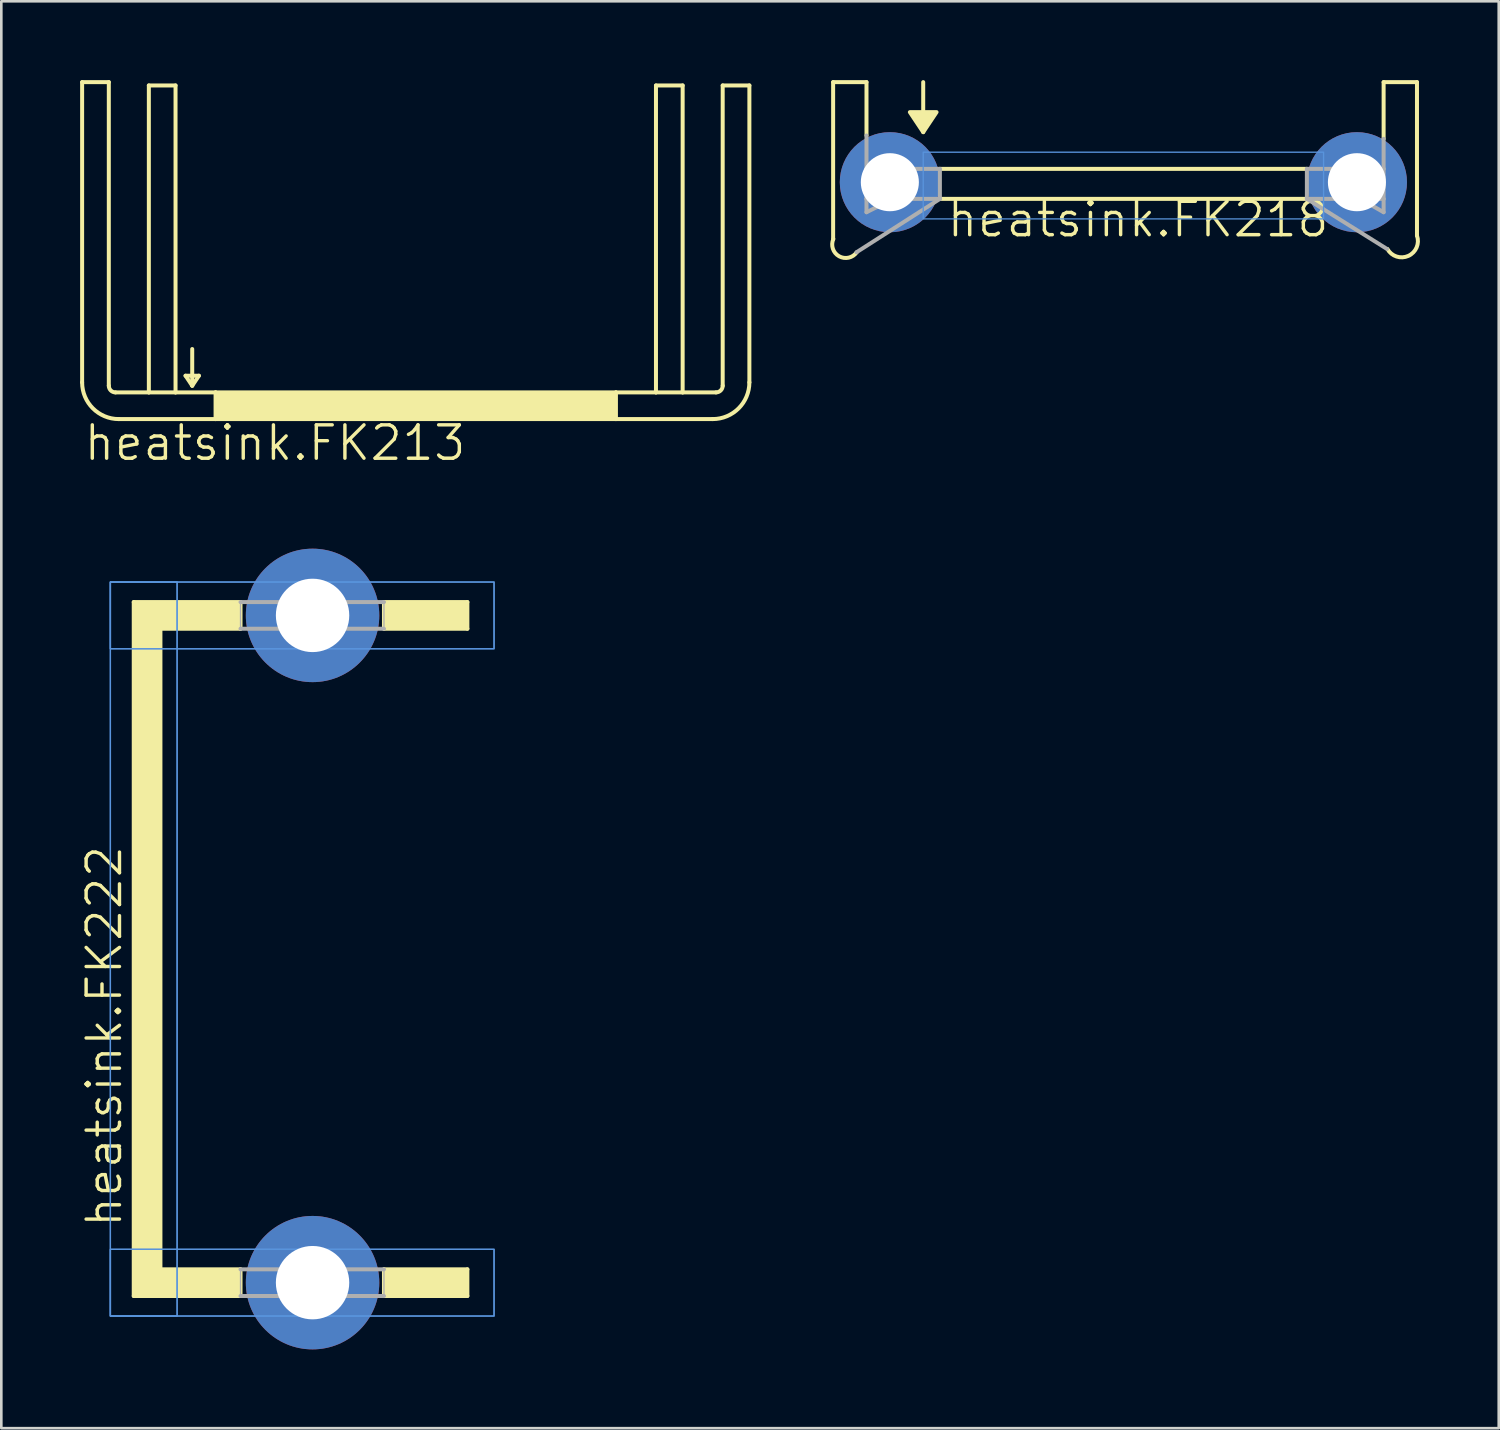
<source format=kicad_pcb>
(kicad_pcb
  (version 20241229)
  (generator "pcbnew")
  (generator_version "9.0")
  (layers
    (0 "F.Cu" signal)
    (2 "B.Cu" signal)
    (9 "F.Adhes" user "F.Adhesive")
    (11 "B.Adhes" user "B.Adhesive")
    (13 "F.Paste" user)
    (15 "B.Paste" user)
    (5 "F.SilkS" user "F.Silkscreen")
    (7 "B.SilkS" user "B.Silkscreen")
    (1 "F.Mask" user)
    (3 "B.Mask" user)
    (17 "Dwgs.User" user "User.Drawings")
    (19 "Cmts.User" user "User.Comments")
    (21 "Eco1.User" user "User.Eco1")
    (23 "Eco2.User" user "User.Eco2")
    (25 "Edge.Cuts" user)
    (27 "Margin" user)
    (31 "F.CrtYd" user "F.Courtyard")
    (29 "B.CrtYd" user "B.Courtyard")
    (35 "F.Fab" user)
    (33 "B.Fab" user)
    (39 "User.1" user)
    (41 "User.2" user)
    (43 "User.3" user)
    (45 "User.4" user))
  (footprint "heatsink.FK222"
    (layer "F.Cu")
    (at 3.057 33.076)
    (property "Reference" "heatsink.FK222" (at -1.397 10.668 90) (layer "F.SilkS") (effects (font (size 1.27 1.27) (thickness 0.13)) (justify left bottom)))
    (attr through_hole)
    (fp_line (start -1.016 -13.208) (end -1.016 13.208) (stroke (width 0.152) (type default)) (layer "F.SilkS"))
    (fp_line (start -1.016 -13.208) (end 3.048 -13.208) (stroke (width 0.152) (type default)) (layer "F.SilkS"))
    (fp_line (start -1.016 13.208) (end 3.048 13.208) (stroke (width 0.152) (type default)) (layer "F.SilkS"))
    (fp_line (start 0 -12.192) (end 0 12.192) (stroke (width 0.152) (type default)) (layer "F.SilkS"))
    (fp_line (start 3.048 -12.192) (end 0 -12.192) (stroke (width 0.152) (type default)) (layer "F.SilkS"))
    (fp_line (start 3.048 -12.192) (end 3.048 -13.208) (stroke (width 0.152) (type default)) (layer "F.SilkS"))
    (fp_line (start 3.048 12.192) (end 0 12.192) (stroke (width 0.152) (type default)) (layer "F.SilkS"))
    (fp_line (start 3.048 13.208) (end 3.048 12.192) (stroke (width 0.152) (type default)) (layer "F.SilkS"))
    (fp_line (start 8.509 -13.208) (end 11.684 -13.208) (stroke (width 0.152) (type default)) (layer "F.SilkS"))
    (fp_line (start 8.509 -12.192) (end 8.509 -13.208) (stroke (width 0.152) (type default)) (layer "F.SilkS"))
    (fp_line (start 8.509 13.208) (end 8.509 12.192) (stroke (width 0.152) (type default)) (layer "F.SilkS"))
    (fp_line (start 8.509 13.208) (end 11.684 13.208) (stroke (width 0.152) (type default)) (layer "F.SilkS"))
    (fp_line (start 11.684 -13.208) (end 11.684 -12.192) (stroke (width 0.152) (type default)) (layer "F.SilkS"))
    (fp_line (start 11.684 -12.192) (end 8.509 -12.192) (stroke (width 0.152) (type default)) (layer "F.SilkS"))
    (fp_line (start 11.684 12.192) (end 8.509 12.192) (stroke (width 0.152) (type default)) (layer "F.SilkS"))
    (fp_line (start 11.684 13.208) (end 11.684 12.192) (stroke (width 0.152) (type default)) (layer "F.SilkS"))
    (fp_rect (start -1.016 -12.192) (end 3.048 -13.208) (stroke (width 0.05) (type default)) (fill yes) (layer "F.SilkS"))
    (fp_rect (start -1.016 12.192) (end 0 -12.192) (stroke (width 0.05) (type default)) (fill yes) (layer "F.SilkS"))
    (fp_rect (start -1.016 13.208) (end 3.048 12.192) (stroke (width 0.05) (type default)) (fill yes) (layer "F.SilkS"))
    (fp_rect (start 8.509 -12.192) (end 11.684 -13.208) (stroke (width 0.05) (type default)) (fill yes) (layer "F.SilkS"))
    (fp_rect (start 8.509 13.208) (end 11.684 12.192) (stroke (width 0.05) (type default)) (fill yes) (layer "F.SilkS"))
    (fp_rect (start -1.905 -11.43) (end 12.7 -13.97) (stroke (width 0.05) (type default)) (fill no) (layer "Cmts.User"))
    (fp_rect (start -1.905 -11.43) (end 12.7 -13.97) (stroke (width 0.05) (type default)) (fill no) (layer "Cmts.User"))
    (fp_rect (start -1.905 13.97) (end 0.635 -13.97) (stroke (width 0.05) (type default)) (fill no) (layer "Cmts.User"))
    (fp_rect (start -1.905 13.97) (end 0.635 -13.97) (stroke (width 0.05) (type default)) (fill no) (layer "Cmts.User"))
    (fp_rect (start -1.905 13.97) (end 12.7 11.43) (stroke (width 0.05) (type default)) (fill no) (layer "Cmts.User"))
    (fp_rect (start -1.905 13.97) (end 12.7 11.43) (stroke (width 0.05) (type default)) (fill no) (layer "Cmts.User"))
    (fp_line (start 3.048 -13.208) (end 8.509 -13.208) (stroke (width 0.152) (type default)) (layer "F.Fab"))
    (fp_line (start 3.048 13.208) (end 8.509 13.208) (stroke (width 0.152) (type default)) (layer "F.Fab"))
    (fp_line (start 8.509 -12.192) (end 3.048 -12.192) (stroke (width 0.152) (type default)) (layer "F.Fab"))
    (fp_line (start 8.509 12.192) (end 3.048 12.192) (stroke (width 0.152) (type default)) (layer "F.Fab"))
    (fp_rect (start 3.048 -12.192) (end 8.509 -13.208) (stroke (width 0.05) (type default)) (fill no) (layer "F.Fab"))
    (fp_rect (start 3.048 13.208) (end 8.509 12.192) (stroke (width 0.05) (type default)) (fill no) (layer "F.Fab"))
    (pad "A2,8" thru_hole circle (at 5.791 12.7) (size 5.08 5.08) (drill 2.794) (layers "*.Cu" "*.Mask"))
    (pad "B2,8" thru_hole circle (at 5.791 -12.7) (size 5.08 5.08) (drill 2.794) (layers "*.Cu" "*.Mask")))
  (footprint "heatsink.FK213"
    (layer "F.Cu")
    (at 12.776 11.887)
    (property "Reference" "heatsink.FK213" (at -12.7 2.667 0) (layer "F.SilkS") (effects (font (size 1.27 1.27) (thickness 0.13)) (justify left bottom)))
    (fp_line (start -12.7 -11.811) (end -12.7 -0.381) (stroke (width 0.152) (type default)) (layer "F.SilkS"))
    (fp_line (start -11.684 -11.811) (end -12.7 -11.811) (stroke (width 0.152) (type default)) (layer "F.SilkS"))
    (fp_line (start -11.684 -0.254) (end -11.684 -11.811) (stroke (width 0.152) (type default)) (layer "F.SilkS"))
    (fp_line (start -11.303 1.016) (end -7.62 1.016) (stroke (width 0.152) (type default)) (layer "F.SilkS"))
    (fp_line (start -10.16 -11.684) (end -10.16 0) (stroke (width 0.152) (type default)) (layer "F.SilkS"))
    (fp_line (start -10.16 0) (end -11.43 0) (stroke (width 0.152) (type default)) (layer "F.SilkS"))
    (fp_line (start -9.144 -11.684) (end -10.16 -11.684) (stroke (width 0.152) (type default)) (layer "F.SilkS"))
    (fp_line (start -9.144 -11.684) (end -9.144 0) (stroke (width 0.152) (type default)) (layer "F.SilkS"))
    (fp_line (start -9.144 0) (end -10.16 0) (stroke (width 0.152) (type default)) (layer "F.SilkS"))
    (fp_line (start -8.763 -0.635) (end -8.509 -0.635) (stroke (width 0.152) (type default)) (layer "F.SilkS"))
    (fp_line (start -8.509 -1.651) (end -8.509 -0.635) (stroke (width 0.152) (type default)) (layer "F.SilkS"))
    (fp_line (start -8.509 -0.635) (end -8.509 -0.254) (stroke (width 0.152) (type default)) (layer "F.SilkS"))
    (fp_line (start -8.509 -0.635) (end -8.255 -0.635) (stroke (width 0.152) (type default)) (layer "F.SilkS"))
    (fp_line (start -8.509 -0.254) (end -8.763 -0.635) (stroke (width 0.152) (type default)) (layer "F.SilkS"))
    (fp_line (start -8.255 -0.635) (end -8.509 -0.254) (stroke (width 0.152) (type default)) (layer "F.SilkS"))
    (fp_line (start -7.62 0) (end -9.144 0) (stroke (width 0.152) (type default)) (layer "F.SilkS"))
    (fp_line (start -7.62 0) (end -7.62 1.016) (stroke (width 0.152) (type default)) (layer "F.SilkS"))
    (fp_line (start -7.62 1.016) (end 7.62 1.016) (stroke (width 0.152) (type default)) (layer "F.SilkS"))
    (fp_line (start 7.62 0) (end -7.62 0) (stroke (width 0.152) (type default)) (layer "F.SilkS"))
    (fp_line (start 7.62 0) (end 7.62 1.016) (stroke (width 0.152) (type default)) (layer "F.SilkS"))
    (fp_line (start 7.62 1.016) (end 11.303 1.016) (stroke (width 0.152) (type default)) (layer "F.SilkS"))
    (fp_line (start 9.144 -11.684) (end 9.144 0) (stroke (width 0.152) (type default)) (layer "F.SilkS"))
    (fp_line (start 9.144 0) (end 7.62 0) (stroke (width 0.152) (type default)) (layer "F.SilkS"))
    (fp_line (start 10.16 -11.684) (end 9.144 -11.684) (stroke (width 0.152) (type default)) (layer "F.SilkS"))
    (fp_line (start 10.16 -11.684) (end 10.16 0) (stroke (width 0.152) (type default)) (layer "F.SilkS"))
    (fp_line (start 10.16 0) (end 9.144 0) (stroke (width 0.152) (type default)) (layer "F.SilkS"))
    (fp_line (start 11.43 0) (end 10.16 0) (stroke (width 0.152) (type default)) (layer "F.SilkS"))
    (fp_line (start 11.684 -11.684) (end 11.684 -0.254) (stroke (width 0.152) (type default)) (layer "F.SilkS"))
    (fp_line (start 12.7 -11.684) (end 11.684 -11.684) (stroke (width 0.152) (type default)) (layer "F.SilkS"))
    (fp_line (start 12.7 -0.381) (end 12.7 -11.684) (stroke (width 0.152) (type default)) (layer "F.SilkS"))
    (fp_rect (start -7.62 1.016) (end 7.62 0) (stroke (width 0.05) (type default)) (fill yes) (layer "F.SilkS"))
    (fp_arc (start -11.43 0) (mid -11.609605 -0.074395) (end -11.684 -0.254) (stroke (width 0.1524) (type default)) (layer "F.SilkS"))
    (fp_arc (start -11.303 1.016) (mid -12.290828 0.606828) (end -12.7 -0.381) (stroke (width 0.1524) (type default)) (layer "F.SilkS"))
    (fp_arc (start 11.684 -0.254) (mid 11.609605 -0.074395) (end 11.43 0) (stroke (width 0.1524) (type default)) (layer "F.SilkS"))
    (fp_arc (start 12.7 -0.381) (mid 12.290828 0.606828) (end 11.303 1.016) (stroke (width 0.1524) (type default)) (layer "F.SilkS")))
  (footprint "heatsink.FK218"
    (layer "F.Cu")
    (at 39.713 3.378)
    (property "Reference" "heatsink.FK218" (at -6.782 2.667 0) (layer "F.SilkS") (effects (font (size 1.27 1.27) (thickness 0.13)) (justify left bottom)))
    (attr through_hole)
    (fp_line (start -11.049 -3.302) (end -9.779 -3.302) (stroke (width 0.152) (type default)) (layer "F.SilkS"))
    (fp_line (start -11.049 2.667) (end -11.049 -3.302) (stroke (width 0.152) (type default)) (layer "F.SilkS"))
    (fp_line (start -9.779 -1.27) (end -9.779 -3.302) (stroke (width 0.152) (type default)) (layer "F.SilkS"))
    (fp_line (start -7.62 -3.302) (end -7.62 -1.651) (stroke (width 0.152) (type default)) (layer "F.SilkS"))
    (fp_line (start -7.62 -1.651) (end -7.62 -1.397) (stroke (width 0.152) (type default)) (layer "F.SilkS"))
    (fp_line (start -6.985 0) (end 6.985 0) (stroke (width 0.152) (type default)) (layer "F.SilkS"))
    (fp_line (start -6.985 1.143) (end 6.985 1.143) (stroke (width 0.152) (type default)) (layer "F.SilkS"))
    (fp_line (start 9.906 -3.302) (end 11.176 -3.302) (stroke (width 0.152) (type default)) (layer "F.SilkS"))
    (fp_line (start 9.906 -1.143) (end 9.906 -3.302) (stroke (width 0.152) (type default)) (layer "F.SilkS"))
    (fp_line (start 11.176 -3.302) (end 11.176 2.54) (stroke (width 0.152) (type default)) (layer "F.SilkS"))
    (fp_arc (start -10.15 3.175) (mid -10.823716 3.325673) (end -11.0407 2.6703) (stroke (width 0.1524) (type default)) (layer "F.SilkS"))
    (fp_arc (start 11.1758 2.5401) (mid 10.847554 3.313138) (end 10.05 3.05) (stroke (width 0.1524) (type default)) (layer "F.SilkS"))
    (fp_poly (pts (xy -8.128 -2.159) (xy -7.112 -2.159) (xy -7.62 -1.397)) (stroke (width 0.152) (type default)) (fill yes) (layer "F.SilkS"))
    (fp_rect (start -7.62 1.905) (end 7.62 -0.635) (stroke (width 0.05) (type default)) (fill no) (layer "Cmts.User"))
    (fp_line (start -10.16 3.175) (end -6.985 1.143) (stroke (width 0.152) (type default)) (layer "F.Fab"))
    (fp_line (start -9.779 0) (end -9.779 -1.27) (stroke (width 0.152) (type default)) (layer "F.Fab"))
    (fp_line (start -9.779 0) (end -9.779 1.143) (stroke (width 0.152) (type default)) (layer "F.Fab"))
    (fp_line (start -9.779 0) (end -6.985 0) (stroke (width 0.152) (type default)) (layer "F.Fab"))
    (fp_line (start -9.779 1.143) (end -9.779 1.651) (stroke (width 0.152) (type default)) (layer "F.Fab"))
    (fp_line (start -9.779 1.651) (end -8.763 1.143) (stroke (width 0.152) (type default)) (layer "F.Fab"))
    (fp_line (start -8.763 1.143) (end -9.779 1.143) (stroke (width 0.152) (type default)) (layer "F.Fab"))
    (fp_line (start -6.985 1.143) (end -8.763 1.143) (stroke (width 0.152) (type default)) (layer "F.Fab"))
    (fp_line (start -6.985 1.143) (end -6.985 0) (stroke (width 0.152) (type default)) (layer "F.Fab"))
    (fp_line (start 6.985 1.143) (end 6.985 0) (stroke (width 0.152) (type default)) (layer "F.Fab"))
    (fp_line (start 6.985 1.143) (end 9.017 1.143) (stroke (width 0.152) (type default)) (layer "F.Fab"))
    (fp_line (start 9.017 1.143) (end 9.906 1.143) (stroke (width 0.152) (type default)) (layer "F.Fab"))
    (fp_line (start 9.017 1.143) (end 9.906 1.651) (stroke (width 0.152) (type default)) (layer "F.Fab"))
    (fp_line (start 9.906 0) (end 6.985 0) (stroke (width 0.152) (type default)) (layer "F.Fab"))
    (fp_line (start 9.906 0) (end 9.906 -1.143) (stroke (width 0.152) (type default)) (layer "F.Fab"))
    (fp_line (start 9.906 1.143) (end 9.906 0) (stroke (width 0.152) (type default)) (layer "F.Fab"))
    (fp_line (start 9.906 1.651) (end 9.906 1.143) (stroke (width 0.152) (type default)) (layer "F.Fab"))
    (fp_line (start 10.033 3.048) (end 6.985 1.143) (stroke (width 0.152) (type default)) (layer "F.Fab"))
    (pad "A2,2" thru_hole circle (at -8.89 0.508) (size 3.81 3.81) (drill 2.21) (layers "*.Cu" "*.Mask"))
    (pad "B2,2" thru_hole circle (at 8.89 0.508) (size 3.81 3.81) (drill 2.21) (layers "*.Cu" "*.Mask")))
  (gr_rect
    (start -3 -3)
    (end 54.001 51.316)
    (stroke (width 0.1) (type default))
    (fill no)
    (layer "Edge.Cuts")))
</source>
